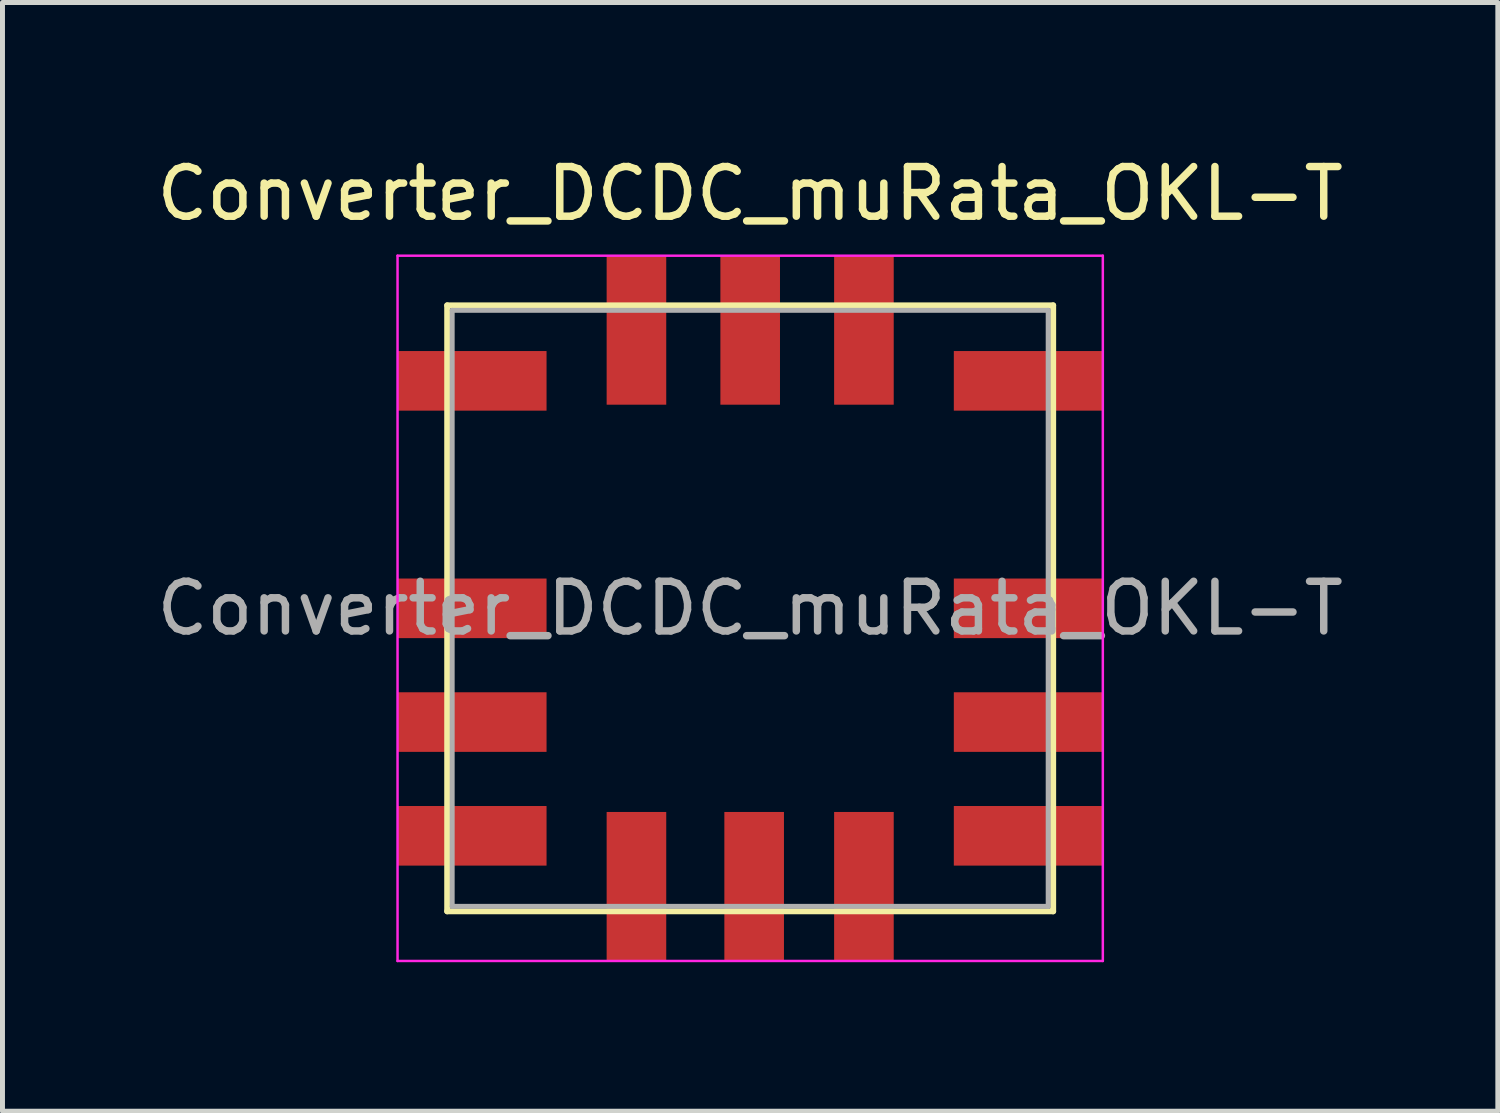
<source format=kicad_pcb>
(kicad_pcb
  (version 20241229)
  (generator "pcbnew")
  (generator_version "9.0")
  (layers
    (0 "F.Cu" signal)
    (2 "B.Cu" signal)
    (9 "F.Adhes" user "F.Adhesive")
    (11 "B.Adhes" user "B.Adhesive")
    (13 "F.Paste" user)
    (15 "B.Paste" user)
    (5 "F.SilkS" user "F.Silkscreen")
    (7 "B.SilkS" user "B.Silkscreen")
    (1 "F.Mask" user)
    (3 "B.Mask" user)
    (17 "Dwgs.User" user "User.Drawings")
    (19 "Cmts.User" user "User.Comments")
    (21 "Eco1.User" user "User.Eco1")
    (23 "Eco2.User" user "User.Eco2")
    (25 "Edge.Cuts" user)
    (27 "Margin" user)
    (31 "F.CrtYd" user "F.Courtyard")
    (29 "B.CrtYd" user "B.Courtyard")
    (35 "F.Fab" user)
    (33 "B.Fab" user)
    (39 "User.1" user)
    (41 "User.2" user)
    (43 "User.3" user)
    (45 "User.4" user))
  (footprint "Converter_DCDC_muRata_OKL-T"
    (layer "F.Cu")
    (at 12.054 9.198)
    (property "Reference" "Converter_DCDC_muRata_OKL-T" (at 0 -8.35 0) (layer "F.SilkS") (effects (font (size 1 1) (thickness 0.15))))
    (attr smd)
    (fp_line (start -6.1 -6.1) (end -6.1 6.1) (stroke (width 0.12) (type solid)) (layer "F.SilkS"))
    (fp_line (start 6.1 -6.1) (end -6.1 -6.1) (stroke (width 0.12) (type solid)) (layer "F.SilkS"))
    (fp_line (start 6.1 -6.1) (end 6.1 6.1) (stroke (width 0.12) (type solid)) (layer "F.SilkS"))
    (fp_line (start 6.1 6.1) (end -6.1 6.1) (stroke (width 0.12) (type solid)) (layer "F.SilkS"))
    (fp_line (start -7.1 -7.1) (end -7.1 7.1) (stroke (width 0.05) (type solid)) (layer "F.CrtYd"))
    (fp_line (start -7.1 7.1) (end 7.1 7.1) (stroke (width 0.05) (type solid)) (layer "F.CrtYd"))
    (fp_line (start 7.1 -7.1) (end -7.1 -7.1) (stroke (width 0.05) (type solid)) (layer "F.CrtYd"))
    (fp_line (start 7.1 7.1) (end 7.1 -7.1) (stroke (width 0.05) (type solid)) (layer "F.CrtYd"))
    (fp_line (start -6 -6) (end -6 6) (stroke (width 0.1) (type solid)) (layer "F.Fab"))
    (fp_line (start -6 6) (end 6 6) (stroke (width 0.1) (type solid)) (layer "F.Fab"))
    (fp_line (start 6 -6) (end -6 -6) (stroke (width 0.1) (type solid)) (layer "F.Fab"))
    (fp_line (start 6 6) (end 6 -6) (stroke (width 0.1) (type solid)) (layer "F.Fab"))
    (fp_text user "${REFERENCE}" (at 0 0 0) (layer "F.Fab") (effects (font (size 1 1) (thickness 0.15))))
    (pad "1" smd rect (at -5.6 0) (size 3 1.2) (layers "F.Cu" "F.Mask" "F.Paste"))
    (pad "2" smd rect (at -5.6 -4.58) (size 3 1.2) (layers "F.Cu" "F.Mask" "F.Paste"))
    (pad "2" smd rect (at -2.29 -5.6 90) (size 3 1.2) (layers "F.Cu" "F.Mask" "F.Paste"))
    (pad "3" smd rect (at 0 -5.6 90) (size 3 1.2) (layers "F.Cu" "F.Mask" "F.Paste"))
    (pad "3" smd rect (at 2.29 -5.6 90) (size 3 1.2) (layers "F.Cu" "F.Mask" "F.Paste"))
    (pad "4" smd rect (at 5.6 -4.58) (size 3 1.2) (layers "F.Cu" "F.Mask" "F.Paste"))
    (pad "5" smd rect (at 5.6 0) (size 3 1.2) (layers "F.Cu" "F.Mask" "F.Paste"))
    (pad "6" smd rect (at 5.6 4.58) (size 3 1.2) (layers "F.Cu" "F.Mask" "F.Paste"))
    (pad "7" smd rect (at 0.08 5.6 90) (size 3 1.2) (layers "F.Cu" "F.Mask" "F.Paste"))
    (pad "8" smd rect (at -2.29 5.6 90) (size 3 1.2) (layers "F.Cu" "F.Mask" "F.Paste"))
    (pad "9" smd rect (at -5.6 4.58) (size 3 1.2) (layers "F.Cu" "F.Mask" "F.Paste"))
    (pad "10" smd rect (at -5.6 2.29) (size 3 1.2) (layers "F.Cu" "F.Mask" "F.Paste"))
    (pad "11" smd rect (at 5.6 2.29) (size 3 1.2) (layers "F.Cu" "F.Mask" "F.Paste"))
    (pad "12" smd rect (at 2.29 5.6 90) (size 3 1.2) (layers "F.Cu" "F.Mask" "F.Paste")))
  (gr_rect
    (start -3 -3)
    (end 27.107 19.323)
    (stroke (width 0.1) (type default))
    (fill no)
    (layer "Edge.Cuts")))
</source>
